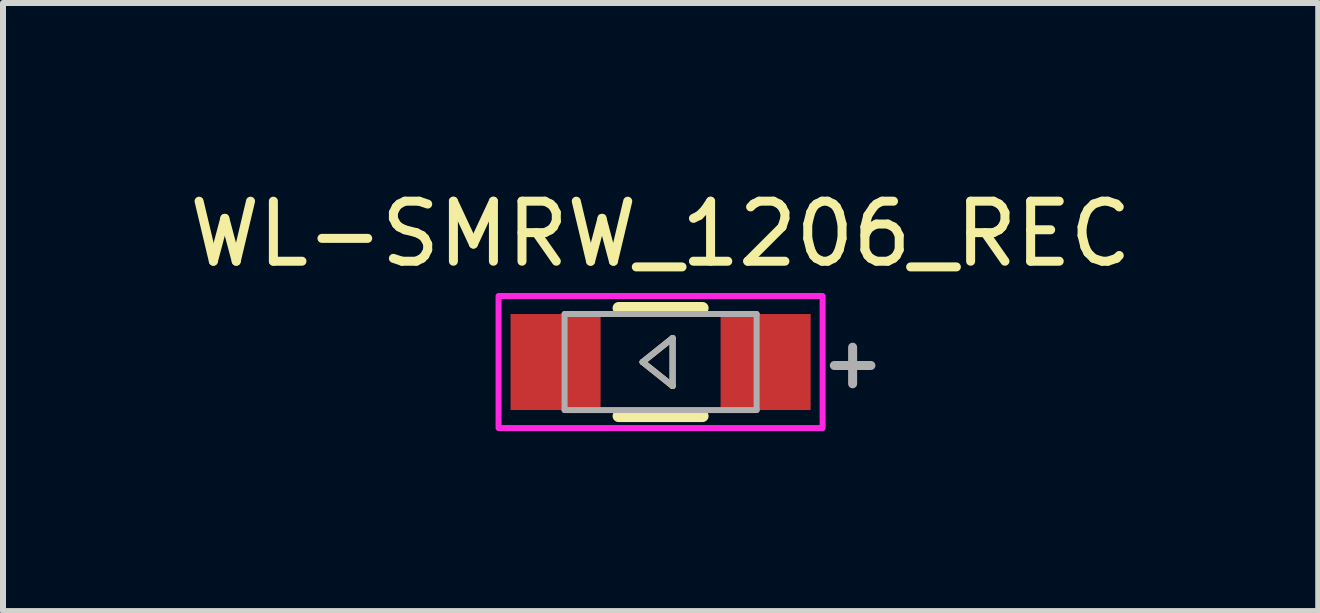
<source format=kicad_pcb>
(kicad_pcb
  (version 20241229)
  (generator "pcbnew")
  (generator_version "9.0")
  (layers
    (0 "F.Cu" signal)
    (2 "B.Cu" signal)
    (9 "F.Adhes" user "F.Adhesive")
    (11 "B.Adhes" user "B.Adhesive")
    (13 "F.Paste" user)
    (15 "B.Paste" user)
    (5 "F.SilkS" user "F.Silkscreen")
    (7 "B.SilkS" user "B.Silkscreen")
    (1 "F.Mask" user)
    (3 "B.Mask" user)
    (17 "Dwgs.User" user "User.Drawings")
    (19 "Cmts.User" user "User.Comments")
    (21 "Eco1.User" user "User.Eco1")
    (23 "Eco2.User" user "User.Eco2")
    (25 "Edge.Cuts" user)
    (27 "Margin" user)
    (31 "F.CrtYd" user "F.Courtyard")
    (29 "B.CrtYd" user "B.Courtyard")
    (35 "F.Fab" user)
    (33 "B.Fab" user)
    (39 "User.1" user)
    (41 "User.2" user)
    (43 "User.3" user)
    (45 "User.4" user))
  (footprint "WL-SMRW_1206_REC"
    (layer "F.Cu")
    (at 7.958 2.983)
    (property "Reference" "WL-SMRW_1206_REC" (at 0 -2.135 0) (layer "F.SilkS") (effects (font (size 1 1) (thickness 0.15))))
    (attr smd)
    (fp_line (start -0.7 -0.9) (end 0.7 -0.9) (stroke (width 0.2) (type solid)) (layer "F.SilkS"))
    (fp_line (start -0.7 0.9) (end 0.7 0.9) (stroke (width 0.2) (type solid)) (layer "F.SilkS"))
    (fp_line (start -0.3 0) (end 0.2 -0.4) (stroke (width 0.1) (type solid)) (layer "F.SilkS"))
    (fp_line (start 0.2 -0.4) (end 0.2 0.4) (stroke (width 0.1) (type solid)) (layer "F.SilkS"))
    (fp_line (start 0.2 0.4) (end -0.3 0) (stroke (width 0.1) (type solid)) (layer "F.SilkS"))
    (fp_poly (pts (xy -2.7 -1.1) (xy 2.7 -1.1) (xy 2.7 1.1) (xy -2.7 1.1)) (stroke (width 0.1) (type solid)) (fill no) (layer "F.CrtYd"))
    (fp_line (start -1.6 -0.8) (end 1.6 -0.8) (stroke (width 0.1) (type solid)) (layer "F.Fab"))
    (fp_line (start -1.6 0.8) (end -1.6 -0.8) (stroke (width 0.1) (type solid)) (layer "F.Fab"))
    (fp_line (start -1.6 0.8) (end 1.6 0.8) (stroke (width 0.1) (type solid)) (layer "F.Fab"))
    (fp_line (start -0.3 0) (end 0.2 -0.4) (stroke (width 0.1) (type solid)) (layer "F.Fab"))
    (fp_line (start 0.2 -0.4) (end 0.2 0.4) (stroke (width 0.1) (type solid)) (layer "F.Fab"))
    (fp_line (start 0.2 0.4) (end -0.3 0) (stroke (width 0.1) (type solid)) (layer "F.Fab"))
    (fp_line (start 1.6 -0.8) (end 1.6 0.8) (stroke (width 0.1) (type solid)) (layer "F.Fab"))
    (fp_text user "+" (at 3.2 0 0) (layer "F.Fab") (effects (font (size 0.8 0.8) (thickness 0.15))))
    (pad "1" smd rect (at -1.75 0) (size 1.5 1.6) (layers "F.Cu" "F.Mask" "F.Paste"))
    (pad "2" smd rect (at 1.75 0) (size 1.5 1.6) (layers "F.Cu" "F.Mask" "F.Paste")))
  (gr_rect
    (start -3 -3)
    (end 18.917 7.133)
    (stroke (width 0.1) (type default))
    (fill no)
    (layer "Edge.Cuts")))
</source>
